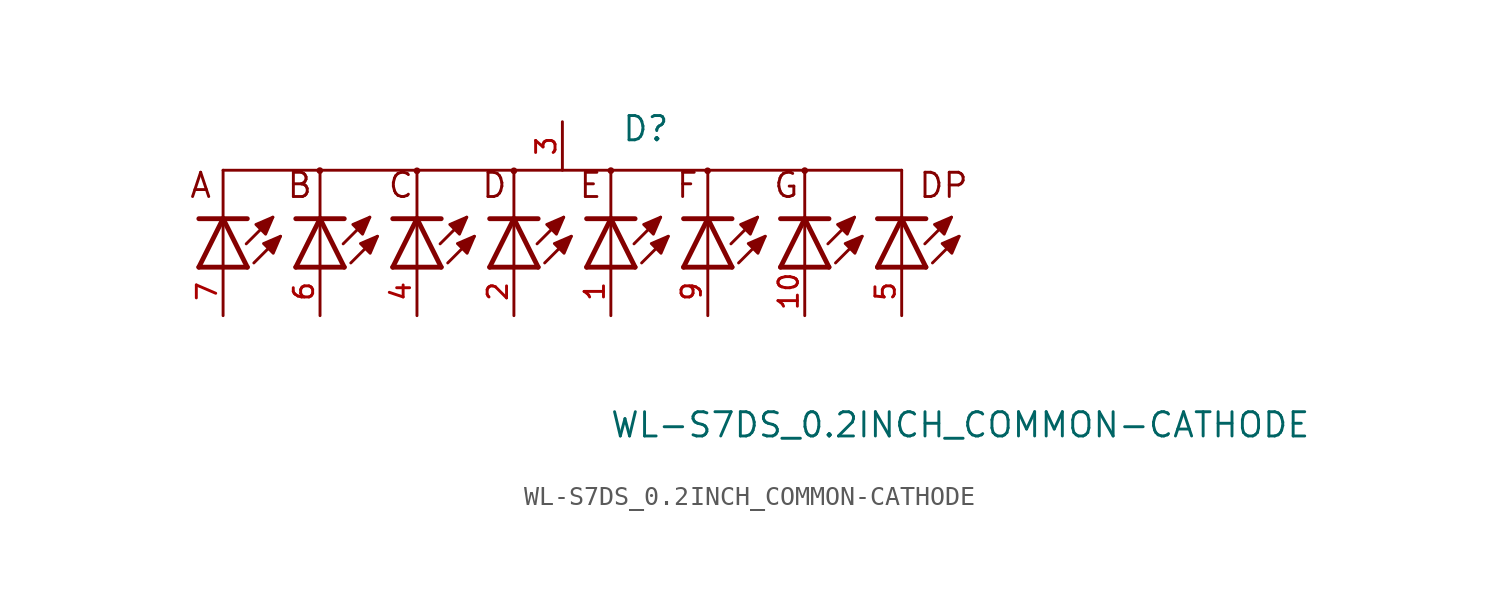
<source format=kicad_sym>
(kicad_symbol_lib
  (version 20231120)
  (generator "kicad_symbol_editor")
  (generator_version "8.0")
  (symbol "WL-S7DS_0.2INCH_COMMON-CATHODE"
    (pin_names
      (offset 1.016))
    (property "Reference" "D"
      (at 3.092 3.972 0)
      (effects (font (size 1.27 1.27)) (justify left bottom)))
    (property "Value" "WL-S7DS_0.2INCH_COMMON-CATHODE"
      (at 2.452 -11.548 0)
      (effects (font (size 1.27 1.27)) (justify left bottom)))
    (symbol "WL-S7DS_0.2INCH_COMMON-CATHODE_0_0"
      (circle (center -12.71 2.52) (radius 0.1) (stroke (width 0.152) (type default)) (fill (type none)))
      (circle (center -7.62 2.51) (radius 0.1) (stroke (width 0.152) (type default)) (fill (type none)))
      (circle (center -2.54 2.51) (radius 0.1) (stroke (width 0.152) (type default)) (fill (type none)))
      (polyline (pts (xy -19.05 -2.54) (xy -17.78 -2.54)) (stroke (width 0.254) (type default)) (fill (type none)))
      (polyline (pts (xy -19.05 -2.54) (xy -17.78 0)) (stroke (width 0.254) (type default)) (fill (type none)))
      (polyline (pts (xy -19.05 0) (xy -17.78 0)) (stroke (width 0.254) (type default)) (fill (type none)))
      (polyline (pts (xy -17.78 -2.54) (xy -17.78 0)) (stroke (width 0.152) (type default)) (fill (type none)))
      (polyline (pts (xy -17.78 -2.54) (xy -16.51 -2.54)) (stroke (width 0.254) (type default)) (fill (type none)))
      (polyline (pts (xy -17.78 0) (xy -17.78 2.54)) (stroke (width 0.152) (type default)) (fill (type none)))
      (polyline (pts (xy -17.78 0) (xy -16.51 -2.54)) (stroke (width 0.254) (type default)) (fill (type none)))
      (polyline (pts (xy -17.78 0) (xy -16.51 0)) (stroke (width 0.254) (type default)) (fill (type none)))
      (polyline (pts (xy -17.78 2.54) (xy 17.78 2.54)) (stroke (width 0.152) (type default)) (fill (type none)))
      (polyline (pts (xy -16.568 -1.318) (xy -15.171 0.079)) (stroke (width 0.152) (type default)) (fill (type none)))
      (polyline (pts (xy -16.168 -2.318) (xy -14.771 -0.921)) (stroke (width 0.152) (type default)) (fill (type none)))
      (polyline (pts (xy -13.97 -2.54) (xy -12.7 -2.54)) (stroke (width 0.254) (type default)) (fill (type none)))
      (polyline (pts (xy -13.97 -2.54) (xy -12.7 0)) (stroke (width 0.254) (type default)) (fill (type none)))
      (polyline (pts (xy -13.97 0) (xy -12.7 0)) (stroke (width 0.254) (type default)) (fill (type none)))
      (polyline (pts (xy -12.7 -2.54) (xy -12.7 0)) (stroke (width 0.152) (type default)) (fill (type none)))
      (polyline (pts (xy -12.7 -2.54) (xy -11.43 -2.54)) (stroke (width 0.254) (type default)) (fill (type none)))
      (polyline (pts (xy -12.7 0) (xy -12.7 2.54)) (stroke (width 0.152) (type default)) (fill (type none)))
      (polyline (pts (xy -12.7 0) (xy -11.43 -2.54)) (stroke (width 0.254) (type default)) (fill (type none)))
      (polyline (pts (xy -12.7 0) (xy -11.43 0)) (stroke (width 0.254) (type default)) (fill (type none)))
      (polyline (pts (xy -11.488 -1.318) (xy -10.091 0.079)) (stroke (width 0.152) (type default)) (fill (type none)))
      (polyline (pts (xy -11.088 -2.318) (xy -9.691 -0.921)) (stroke (width 0.152) (type default)) (fill (type none)))
      (polyline (pts (xy -8.89 -2.54) (xy -7.62 -2.54)) (stroke (width 0.254) (type default)) (fill (type none)))
      (polyline (pts (xy -8.89 -2.54) (xy -7.62 0)) (stroke (width 0.254) (type default)) (fill (type none)))
      (polyline (pts (xy -8.89 0) (xy -7.62 0)) (stroke (width 0.254) (type default)) (fill (type none)))
      (polyline (pts (xy -7.62 -2.54) (xy -7.62 0)) (stroke (width 0.152) (type default)) (fill (type none)))
      (polyline (pts (xy -7.62 -2.54) (xy -6.35 -2.54)) (stroke (width 0.254) (type default)) (fill (type none)))
      (polyline (pts (xy -7.62 0) (xy -7.62 2.54)) (stroke (width 0.152) (type default)) (fill (type none)))
      (polyline (pts (xy -7.62 0) (xy -6.35 -2.54)) (stroke (width 0.254) (type default)) (fill (type none)))
      (polyline (pts (xy -7.62 0) (xy -6.35 0)) (stroke (width 0.254) (type default)) (fill (type none)))
      (polyline (pts (xy -6.408 -1.318) (xy -5.011 0.079)) (stroke (width 0.152) (type default)) (fill (type none)))
      (polyline (pts (xy -6.008 -2.318) (xy -4.611 -0.921)) (stroke (width 0.152) (type default)) (fill (type none)))
      (polyline (pts (xy -3.81 -2.54) (xy -2.54 -2.54)) (stroke (width 0.254) (type default)) (fill (type none)))
      (polyline (pts (xy -3.81 -2.54) (xy -2.54 0)) (stroke (width 0.254) (type default)) (fill (type none)))
      (polyline (pts (xy -3.81 0) (xy -2.54 0)) (stroke (width 0.254) (type default)) (fill (type none)))
      (polyline (pts (xy -2.54 -2.54) (xy -2.54 0)) (stroke (width 0.152) (type default)) (fill (type none)))
      (polyline (pts (xy -2.54 -2.54) (xy -1.27 -2.54)) (stroke (width 0.254) (type default)) (fill (type none)))
      (polyline (pts (xy -2.54 0) (xy -2.54 2.54)) (stroke (width 0.152) (type default)) (fill (type none)))
      (polyline (pts (xy -2.54 0) (xy -1.27 -2.54)) (stroke (width 0.254) (type default)) (fill (type none)))
      (polyline (pts (xy -2.54 0) (xy -1.27 0)) (stroke (width 0.254) (type default)) (fill (type none)))
      (polyline (pts (xy -1.328 -1.318) (xy 0.069 0.079)) (stroke (width 0.152) (type default)) (fill (type none)))
      (polyline (pts (xy -0.928 -2.318) (xy 0.469 -0.921)) (stroke (width 0.152) (type default)) (fill (type none)))
      (polyline (pts (xy 1.27 -2.54) (xy 2.54 -2.54)) (stroke (width 0.254) (type default)) (fill (type none)))
      (polyline (pts (xy 1.27 -2.54) (xy 2.54 0)) (stroke (width 0.254) (type default)) (fill (type none)))
      (polyline (pts (xy 1.27 0) (xy 2.54 0)) (stroke (width 0.254) (type default)) (fill (type none)))
      (polyline (pts (xy 2.54 -2.54) (xy 2.54 0)) (stroke (width 0.152) (type default)) (fill (type none)))
      (polyline (pts (xy 2.54 -2.54) (xy 3.81 -2.54)) (stroke (width 0.254) (type default)) (fill (type none)))
      (polyline (pts (xy 2.54 0) (xy 2.54 2.54)) (stroke (width 0.152) (type default)) (fill (type none)))
      (polyline (pts (xy 2.54 0) (xy 3.81 -2.54)) (stroke (width 0.254) (type default)) (fill (type none)))
      (polyline (pts (xy 2.54 0) (xy 3.81 0)) (stroke (width 0.254) (type default)) (fill (type none)))
      (polyline (pts (xy 3.752 -1.318) (xy 5.149 0.079)) (stroke (width 0.152) (type default)) (fill (type none)))
      (polyline (pts (xy 4.152 -2.318) (xy 5.549 -0.921)) (stroke (width 0.152) (type default)) (fill (type none)))
      (polyline (pts (xy 6.35 -2.54) (xy 7.62 -2.54)) (stroke (width 0.254) (type default)) (fill (type none)))
      (polyline (pts (xy 6.35 -2.54) (xy 7.62 0)) (stroke (width 0.254) (type default)) (fill (type none)))
      (polyline (pts (xy 6.35 0) (xy 7.62 0)) (stroke (width 0.254) (type default)) (fill (type none)))
      (polyline (pts (xy 7.62 -2.54) (xy 7.62 0)) (stroke (width 0.152) (type default)) (fill (type none)))
      (polyline (pts (xy 7.62 -2.54) (xy 8.89 -2.54)) (stroke (width 0.254) (type default)) (fill (type none)))
      (polyline (pts (xy 7.62 0) (xy 7.62 2.54)) (stroke (width 0.152) (type default)) (fill (type none)))
      (polyline (pts (xy 7.62 0) (xy 8.89 -2.54)) (stroke (width 0.254) (type default)) (fill (type none)))
      (polyline (pts (xy 7.62 0) (xy 8.89 0)) (stroke (width 0.254) (type default)) (fill (type none)))
      (polyline (pts (xy 8.832 -1.318) (xy 10.229 0.079)) (stroke (width 0.152) (type default)) (fill (type none)))
      (polyline (pts (xy 9.232 -2.318) (xy 10.629 -0.921)) (stroke (width 0.152) (type default)) (fill (type none)))
      (polyline (pts (xy 11.43 -2.54) (xy 12.7 -2.54)) (stroke (width 0.254) (type default)) (fill (type none)))
      (polyline (pts (xy 11.43 -2.54) (xy 12.7 0)) (stroke (width 0.254) (type default)) (fill (type none)))
      (polyline (pts (xy 11.43 0) (xy 12.7 0)) (stroke (width 0.254) (type default)) (fill (type none)))
      (polyline (pts (xy 12.7 -2.54) (xy 12.7 0)) (stroke (width 0.152) (type default)) (fill (type none)))
      (polyline (pts (xy 12.7 -2.54) (xy 13.97 -2.54)) (stroke (width 0.254) (type default)) (fill (type none)))
      (polyline (pts (xy 12.7 0) (xy 12.7 2.54)) (stroke (width 0.152) (type default)) (fill (type none)))
      (polyline (pts (xy 12.7 0) (xy 13.97 -2.54)) (stroke (width 0.254) (type default)) (fill (type none)))
      (polyline (pts (xy 12.7 0) (xy 13.97 0)) (stroke (width 0.254) (type default)) (fill (type none)))
      (polyline (pts (xy 13.912 -1.318) (xy 15.309 0.079)) (stroke (width 0.152) (type default)) (fill (type none)))
      (polyline (pts (xy 14.312 -2.318) (xy 15.709 -0.921)) (stroke (width 0.152) (type default)) (fill (type none)))
      (polyline (pts (xy 16.51 -2.54) (xy 17.78 -2.54)) (stroke (width 0.254) (type default)) (fill (type none)))
      (polyline (pts (xy 16.51 -2.54) (xy 17.78 0)) (stroke (width 0.254) (type default)) (fill (type none)))
      (polyline (pts (xy 16.51 0) (xy 17.78 0)) (stroke (width 0.254) (type default)) (fill (type none)))
      (polyline (pts (xy 17.78 -2.54) (xy 17.78 0)) (stroke (width 0.152) (type default)) (fill (type none)))
      (polyline (pts (xy 17.78 -2.54) (xy 19.05 -2.54)) (stroke (width 0.254) (type default)) (fill (type none)))
      (polyline (pts (xy 17.78 0) (xy 17.78 2.54)) (stroke (width 0.152) (type default)) (fill (type none)))
      (polyline (pts (xy 17.78 0) (xy 19.05 -2.54)) (stroke (width 0.254) (type default)) (fill (type none)))
      (polyline (pts (xy 17.78 0) (xy 19.05 0)) (stroke (width 0.254) (type default)) (fill (type none)))
      (polyline (pts (xy 18.992 -1.318) (xy 20.389 0.079)) (stroke (width 0.152) (type default)) (fill (type none)))
      (polyline (pts (xy 19.392 -2.318) (xy 20.789 -0.921)) (stroke (width 0.152) (type default)) (fill (type none)))
      (polyline (pts (xy -15.171 0.079) (xy -15.552 -0.81) (xy -16.06 -0.302) (xy -15.171 0.079)) (stroke (width 0.152) (type default)) (fill (type outline)))
      (polyline (pts (xy -14.771 -0.921) (xy -15.152 -1.81) (xy -15.66 -1.302) (xy -14.771 -0.921)) (stroke (width 0.152) (type default)) (fill (type outline)))
      (polyline (pts (xy -10.091 0.079) (xy -10.472 -0.81) (xy -10.98 -0.302) (xy -10.091 0.079)) (stroke (width 0.152) (type default)) (fill (type outline)))
      (polyline (pts (xy -9.691 -0.921) (xy -10.072 -1.81) (xy -10.58 -1.302) (xy -9.691 -0.921)) (stroke (width 0.152) (type default)) (fill (type outline)))
      (polyline (pts (xy -5.011 0.079) (xy -5.392 -0.81) (xy -5.9 -0.302) (xy -5.011 0.079)) (stroke (width 0.152) (type default)) (fill (type outline)))
      (polyline (pts (xy -4.611 -0.921) (xy -4.992 -1.81) (xy -5.5 -1.302) (xy -4.611 -0.921)) (stroke (width 0.152) (type default)) (fill (type outline)))
      (polyline (pts (xy 0.069 0.079) (xy -0.312 -0.81) (xy -0.82 -0.302) (xy 0.069 0.079)) (stroke (width 0.152) (type default)) (fill (type outline)))
      (polyline (pts (xy 0.469 -0.921) (xy 0.088 -1.81) (xy -0.42 -1.302) (xy 0.469 -0.921)) (stroke (width 0.152) (type default)) (fill (type outline)))
      (polyline (pts (xy 5.149 0.079) (xy 4.768 -0.81) (xy 4.26 -0.302) (xy 5.149 0.079)) (stroke (width 0.152) (type default)) (fill (type outline)))
      (polyline (pts (xy 5.549 -0.921) (xy 5.168 -1.81) (xy 4.66 -1.302) (xy 5.549 -0.921)) (stroke (width 0.152) (type default)) (fill (type outline)))
      (polyline (pts (xy 10.229 0.079) (xy 9.848 -0.81) (xy 9.34 -0.302) (xy 10.229 0.079)) (stroke (width 0.152) (type default)) (fill (type outline)))
      (polyline (pts (xy 10.629 -0.921) (xy 10.248 -1.81) (xy 9.74 -1.302) (xy 10.629 -0.921)) (stroke (width 0.152) (type default)) (fill (type outline)))
      (polyline (pts (xy 15.309 0.079) (xy 14.928 -0.81) (xy 14.42 -0.302) (xy 15.309 0.079)) (stroke (width 0.152) (type default)) (fill (type outline)))
      (polyline (pts (xy 15.709 -0.921) (xy 15.328 -1.81) (xy 14.82 -1.302) (xy 15.709 -0.921)) (stroke (width 0.152) (type default)) (fill (type outline)))
      (polyline (pts (xy 20.389 0.079) (xy 20.008 -0.81) (xy 19.5 -0.302) (xy 20.389 0.079)) (stroke (width 0.152) (type default)) (fill (type outline)))
      (polyline (pts (xy 20.789 -0.921) (xy 20.408 -1.81) (xy 19.9 -1.302) (xy 20.789 -0.921)) (stroke (width 0.152) (type default)) (fill (type outline)))
      (circle (center 2.54 2.52) (radius 0.1) (stroke (width 0.152) (type default)) (fill (type none)))
      (circle (center 7.61 2.51) (radius 0.1) (stroke (width 0.152) (type default)) (fill (type none)))
      (circle (center 12.7 2.52) (radius 0.1) (stroke (width 0.152) (type default)) (fill (type none)))
      (text "A" (at -19.6 1 0) (effects (font (size 1.27 1.27)) (justify left bottom)))
      (text "B" (at -14.5 1 0) (effects (font (size 1.27 1.27)) (justify left bottom)))
      (text "C" (at -9.2 1 0) (effects (font (size 1.27 1.27)) (justify left bottom)))
      (text "D" (at -4.3 1 0) (effects (font (size 1.27 1.27)) (justify left bottom)))
      (text "DP" (at 18.6 1 0) (effects (font (size 1.27 1.27)) (justify left bottom)))
      (text "E" (at 0.8 1 0) (effects (font (size 1.27 1.27)) (justify left bottom)))
      (text "F" (at 5.9 1 0) (effects (font (size 1.27 1.27)) (justify left bottom)))
      (text "G" (at 11 1 0) (effects (font (size 1.27 1.27)) (justify left bottom)))
      (pin passive line (at 2.54 -5.08 90) (length 2.54) (name "~" (effects (font (size 1.016 1.016)))) (number "1" (effects (font (size 1.016 1.016)))))
      (pin passive line (at 12.7 -5.08 90) (length 2.54) (name "~" (effects (font (size 1.016 1.016)))) (number "10" (effects (font (size 1.016 1.016)))))
      (pin passive line (at -2.54 -5.08 90) (length 2.54) (name "~" (effects (font (size 1.016 1.016)))) (number "2" (effects (font (size 1.016 1.016)))))
      (pin passive line (at 0 5.08 270) (length 2.54) (name "~" (effects (font (size 1.016 1.016)))) (number "3" (effects (font (size 1.016 1.016)))))
      (pin passive line (at -7.62 -5.08 90) (length 2.54) (name "~" (effects (font (size 1.016 1.016)))) (number "4" (effects (font (size 1.016 1.016)))))
      (pin passive line (at 17.78 -5.08 90) (length 2.54) (name "~" (effects (font (size 1.016 1.016)))) (number "5" (effects (font (size 1.016 1.016)))))
      (pin passive line (at -12.7 -5.08 90) (length 2.54) (name "~" (effects (font (size 1.016 1.016)))) (number "6" (effects (font (size 1.016 1.016)))))
      (pin passive line (at -17.78 -5.08 90) (length 2.54) (name "~" (effects (font (size 1.016 1.016)))) (number "7" (effects (font (size 1.016 1.016)))))
      (pin passive line (at 7.62 -5.08 90) (length 2.54) (name "~" (effects (font (size 1.016 1.016)))) (number "9" (effects (font (size 1.016 1.016))))))))
</source>
